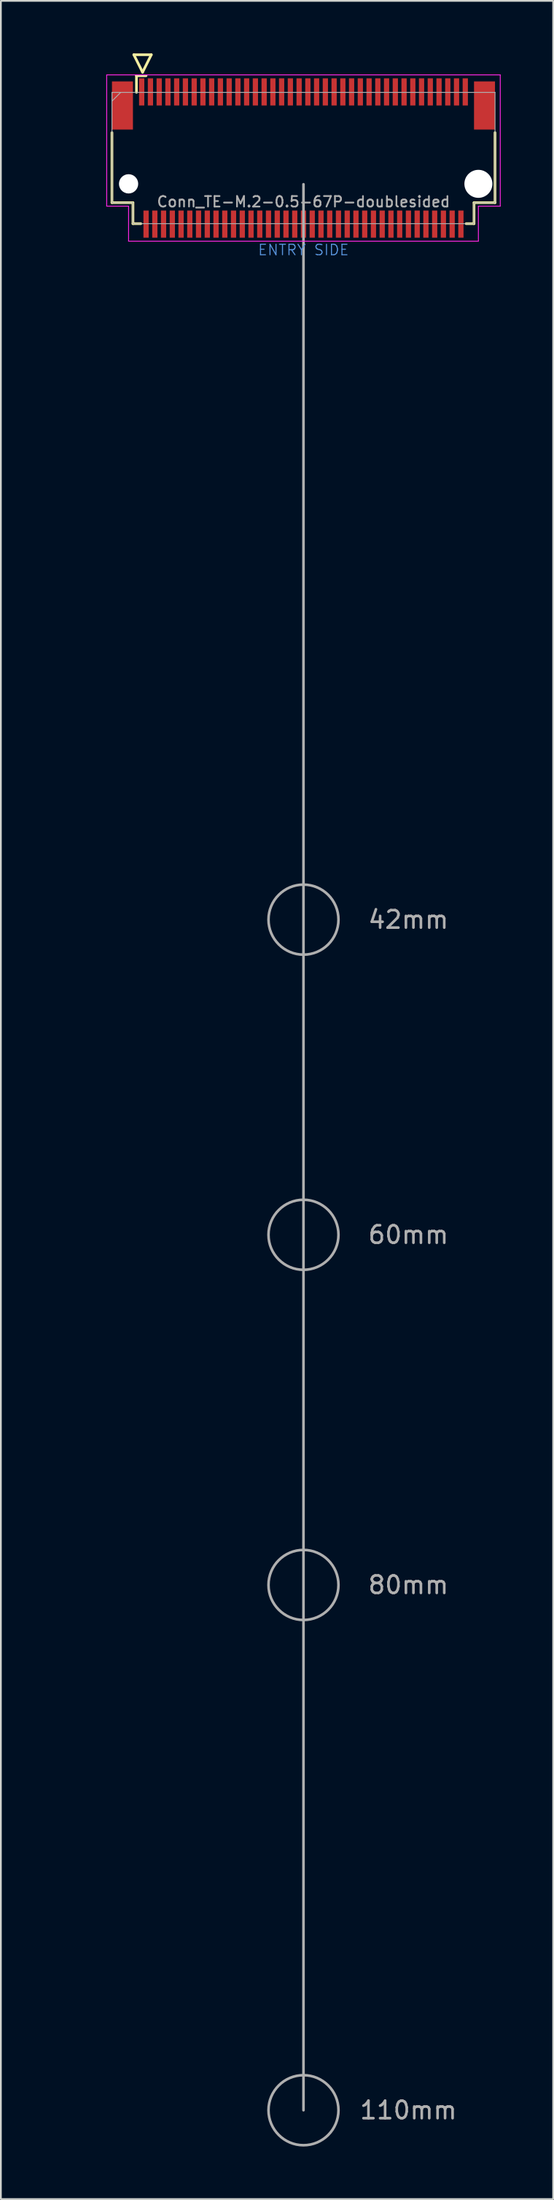
<source format=kicad_pcb>
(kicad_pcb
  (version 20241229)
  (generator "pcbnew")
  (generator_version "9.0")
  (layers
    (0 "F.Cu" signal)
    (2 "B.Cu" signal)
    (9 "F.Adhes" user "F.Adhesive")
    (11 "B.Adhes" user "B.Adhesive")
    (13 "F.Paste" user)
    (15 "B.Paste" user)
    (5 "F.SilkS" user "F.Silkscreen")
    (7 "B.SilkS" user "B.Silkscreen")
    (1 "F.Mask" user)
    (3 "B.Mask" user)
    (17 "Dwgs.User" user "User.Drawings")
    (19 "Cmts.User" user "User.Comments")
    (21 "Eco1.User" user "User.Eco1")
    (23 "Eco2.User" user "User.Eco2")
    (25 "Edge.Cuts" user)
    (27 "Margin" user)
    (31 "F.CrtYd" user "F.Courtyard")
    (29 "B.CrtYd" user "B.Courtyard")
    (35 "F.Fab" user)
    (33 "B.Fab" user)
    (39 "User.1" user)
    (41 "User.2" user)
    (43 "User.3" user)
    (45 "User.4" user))
  (footprint "Conn_TE-M.2-0.5-67P-doublesided"
    (layer "F.Cu")
    (at 14.301 7.475)
    (property "Reference" "Conn_TE-M.2-0.5-67P-doublesided" (at 0 1 0) (layer "F.Fab") (effects (font (size 0.6 0.6) (thickness 0.1))))
    (attr through_hole)
    (fp_line (start -10.95 1.05) (end -10.95 -2.95) (stroke (width 0.15) (type solid)) (layer "F.SilkS"))
    (fp_line (start -9.75 1.05) (end -10.95 1.05) (stroke (width 0.15) (type solid)) (layer "F.SilkS"))
    (fp_line (start -9.75 2.25) (end -9.75 1.05) (stroke (width 0.15) (type solid)) (layer "F.SilkS"))
    (fp_line (start -9.7 -7.4) (end -9.2 -6.4) (stroke (width 0.15) (type solid)) (layer "F.SilkS"))
    (fp_line (start -9.55 -6.2) (end -9 -6.2) (stroke (width 0.15) (type solid)) (layer "F.SilkS"))
    (fp_line (start -9.55 -5.25) (end -9.55 -6.2) (stroke (width 0.15) (type solid)) (layer "F.SilkS"))
    (fp_line (start -9.3 2.25) (end -9.75 2.25) (stroke (width 0.15) (type solid)) (layer "F.SilkS"))
    (fp_line (start -9.2 -6.4) (end -8.7 -7.4) (stroke (width 0.15) (type solid)) (layer "F.SilkS"))
    (fp_line (start -8.7 -7.4) (end -9.7 -7.4) (stroke (width 0.15) (type solid)) (layer "F.SilkS"))
    (fp_line (start 9.75 1.05) (end 9.75 2.25) (stroke (width 0.15) (type solid)) (layer "F.SilkS"))
    (fp_line (start 9.75 2.25) (end 9.3 2.25) (stroke (width 0.15) (type solid)) (layer "F.SilkS"))
    (fp_line (start 10.95 1.05) (end 9.75 1.05) (stroke (width 0.15) (type solid)) (layer "F.SilkS"))
    (fp_line (start 10.95 1.05) (end 10.95 -2.95) (stroke (width 0.15) (type solid)) (layer "F.SilkS"))
    (fp_line (start -11.25 -6.25) (end 11.25 -6.25) (stroke (width 0.05) (type solid)) (layer "F.CrtYd"))
    (fp_line (start -11.25 1.25) (end -11.25 -6.25) (stroke (width 0.05) (type solid)) (layer "F.CrtYd"))
    (fp_line (start -10 1.25) (end -11.25 1.25) (stroke (width 0.05) (type solid)) (layer "F.CrtYd"))
    (fp_line (start -10 3.25) (end -10 1.25) (stroke (width 0.05) (type solid)) (layer "F.CrtYd"))
    (fp_line (start 10 1.25) (end 10 3.25) (stroke (width 0.05) (type solid)) (layer "F.CrtYd"))
    (fp_line (start 10 3.25) (end -10 3.25) (stroke (width 0.05) (type solid)) (layer "F.CrtYd"))
    (fp_line (start 11.25 -6.25) (end 11.25 1.25) (stroke (width 0.05) (type solid)) (layer "F.CrtYd"))
    (fp_line (start 11.25 1.25) (end 10 1.25) (stroke (width 0.05) (type solid)) (layer "F.CrtYd"))
    (fp_line (start -10.95 -5.25) (end -10.95 1.05) (stroke (width 0.05) (type solid)) (layer "F.Fab"))
    (fp_line (start -10.95 -5.25) (end 10.95 -5.25) (stroke (width 0.05) (type solid)) (layer "F.Fab"))
    (fp_line (start -10.95 -4.75) (end -10.45 -5.25) (stroke (width 0.05) (type solid)) (layer "F.Fab"))
    (fp_line (start -10.95 1.05) (end -9.75 1.05) (stroke (width 0.05) (type solid)) (layer "F.Fab"))
    (fp_line (start -9.75 1.05) (end -9.75 2.25) (stroke (width 0.05) (type solid)) (layer "F.Fab"))
    (fp_line (start -9.75 2.25) (end 9.75 2.25) (stroke (width 0.05) (type solid)) (layer "F.Fab"))
    (fp_line (start 0 110) (end 0 0) (stroke (width 0.15) (type solid)) (layer "F.Fab"))
    (fp_line (start 9.75 1.05) (end 9.75 2.25) (stroke (width 0.05) (type solid)) (layer "F.Fab"))
    (fp_line (start 10.95 1.05) (end 9.75 1.05) (stroke (width 0.05) (type solid)) (layer "F.Fab"))
    (fp_line (start 10.95 1.05) (end 10.95 -5.25) (stroke (width 0.05) (type solid)) (layer "F.Fab"))
    (fp_circle (center 0 42) (end 2 42) (stroke (width 0.15) (type solid)) (fill no) (layer "F.Fab"))
    (fp_circle (center 0 60) (end 2 60) (stroke (width 0.15) (type solid)) (fill no) (layer "F.Fab"))
    (fp_circle (center 0 80) (end 2 80) (stroke (width 0.15) (type solid)) (fill no) (layer "F.Fab"))
    (fp_circle (center 0 110) (end 2 110) (stroke (width 0.15) (type solid)) (fill no) (layer "F.Fab"))
    (fp_text user "ENTRY SIDE" (at 0 3.75 0) (layer "Cmts.User") (effects (font (size 0.6 0.6) (thickness 0.06))))
    (fp_text user "${REFERENCE}" (at -10.1 -4.8 0) (layer "Eco1.User") (effects (font (size 0.3 0.3) (thickness 0.03))))
    (fp_text user "80mm" (at 6 80 0) (layer "F.Fab") (effects (font (size 1 1) (thickness 0.15))))
    (fp_text user "110mm" (at 6 110 0) (layer "F.Fab") (effects (font (size 1 1) (thickness 0.15))))
    (fp_text user "60mm" (at 6 60 0) (layer "F.Fab") (effects (font (size 1 1) (thickness 0.15))))
    (fp_text user "42mm" (at 6 42 0) (layer "F.Fab") (effects (font (size 1 1) (thickness 0.15))))
    (pad "" smd rect (at -10.35 -4.5) (size 1.2 2.75) (layers "F.Cu" "F.Mask" "F.Paste"))
    (pad "" np_thru_hole circle (at -10 -0.025) (size 1.1 1.1) (drill 1.1) (layers "*.Cu"))
    (pad "" np_thru_hole circle (at 10 -0.025) (size 1.6 1.6) (drill 1.6) (layers "*.Cu"))
    (pad "" smd rect (at 10.35 -4.5) (size 1.2 2.75) (layers "F.Cu" "F.Mask" "F.Paste"))
    (pad "1" smd rect (at -9.25 -5.275) (size 0.3 1.55) (layers "F.Cu" "F.Mask" "F.Paste"))
    (pad "2" smd rect (at -9 2.275) (size 0.3 1.55) (layers "F.Cu" "F.Mask" "F.Paste"))
    (pad "3" smd rect (at -8.75 -5.275) (size 0.3 1.55) (layers "F.Cu" "F.Mask" "F.Paste"))
    (pad "4" smd rect (at -8.5 2.275) (size 0.3 1.55) (layers "F.Cu" "F.Mask" "F.Paste"))
    (pad "5" smd rect (at -8.25 -5.275) (size 0.3 1.55) (layers "F.Cu" "F.Mask" "F.Paste"))
    (pad "6" smd rect (at -8 2.275) (size 0.3 1.55) (layers "F.Cu" "F.Mask" "F.Paste"))
    (pad "7" smd rect (at -7.75 -5.275) (size 0.3 1.55) (layers "F.Cu" "F.Mask" "F.Paste"))
    (pad "8" smd rect (at -7.5 2.275) (size 0.3 1.55) (layers "F.Cu" "F.Mask" "F.Paste"))
    (pad "9" smd rect (at -7.25 -5.275) (size 0.3 1.55) (layers "F.Cu" "F.Mask" "F.Paste"))
    (pad "10" smd rect (at -7 2.275) (size 0.3 1.55) (layers "F.Cu" "F.Mask" "F.Paste"))
    (pad "11" smd rect (at -6.75 -5.275) (size 0.3 1.55) (layers "F.Cu" "F.Mask" "F.Paste"))
    (pad "12" smd rect (at -6.5 2.275) (size 0.3 1.55) (layers "F.Cu" "F.Mask" "F.Paste"))
    (pad "13" smd rect (at -6.25 -5.275) (size 0.3 1.55) (layers "F.Cu" "F.Mask" "F.Paste"))
    (pad "14" smd rect (at -6 2.275) (size 0.3 1.55) (layers "F.Cu" "F.Mask" "F.Paste"))
    (pad "15" smd rect (at -5.75 -5.275) (size 0.3 1.55) (layers "F.Cu" "F.Mask" "F.Paste"))
    (pad "16" smd rect (at -5.5 2.275) (size 0.3 1.55) (layers "F.Cu" "F.Mask" "F.Paste"))
    (pad "17" smd rect (at -5.25 -5.275) (size 0.3 1.55) (layers "F.Cu" "F.Mask" "F.Paste"))
    (pad "18" smd rect (at -5 2.275) (size 0.3 1.55) (layers "F.Cu" "F.Mask" "F.Paste"))
    (pad "19" smd rect (at -4.75 -5.275) (size 0.3 1.55) (layers "F.Cu" "F.Mask" "F.Paste"))
    (pad "20" smd rect (at -4.5 2.275) (size 0.3 1.55) (layers "F.Cu" "F.Mask" "F.Paste"))
    (pad "21" smd rect (at -4.25 -5.275) (size 0.3 1.55) (layers "F.Cu" "F.Mask" "F.Paste"))
    (pad "22" smd rect (at -4 2.275) (size 0.3 1.55) (layers "F.Cu" "F.Mask" "F.Paste"))
    (pad "23" smd rect (at -3.75 -5.275) (size 0.3 1.55) (layers "F.Cu" "F.Mask" "F.Paste"))
    (pad "24" smd rect (at -3.5 2.275) (size 0.3 1.55) (layers "F.Cu" "F.Mask" "F.Paste"))
    (pad "25" smd rect (at -3.25 -5.275) (size 0.3 1.55) (layers "F.Cu" "F.Mask" "F.Paste"))
    (pad "26" smd rect (at -3 2.275) (size 0.3 1.55) (layers "F.Cu" "F.Mask" "F.Paste"))
    (pad "27" smd rect (at -2.75 -5.275) (size 0.3 1.55) (layers "F.Cu" "F.Mask" "F.Paste"))
    (pad "28" smd rect (at -2.5 2.275) (size 0.3 1.55) (layers "F.Cu" "F.Mask" "F.Paste"))
    (pad "29" smd rect (at -2.25 -5.275) (size 0.3 1.55) (layers "F.Cu" "F.Mask" "F.Paste"))
    (pad "30" smd rect (at -2 2.275) (size 0.3 1.55) (layers "F.Cu" "F.Mask" "F.Paste"))
    (pad "31" smd rect (at -1.75 -5.275) (size 0.3 1.55) (layers "F.Cu" "F.Mask" "F.Paste"))
    (pad "32" smd rect (at -1.5 2.275) (size 0.3 1.55) (layers "F.Cu" "F.Mask" "F.Paste"))
    (pad "33" smd rect (at -1.25 -5.275) (size 0.3 1.55) (layers "F.Cu" "F.Mask" "F.Paste"))
    (pad "34" smd rect (at -1 2.275) (size 0.3 1.55) (layers "F.Cu" "F.Mask" "F.Paste"))
    (pad "35" smd rect (at -0.75 -5.275) (size 0.3 1.55) (layers "F.Cu" "F.Mask" "F.Paste"))
    (pad "36" smd rect (at -0.5 2.275) (size 0.3 1.55) (layers "F.Cu" "F.Mask" "F.Paste"))
    (pad "37" smd rect (at -0.25 -5.275) (size 0.3 1.55) (layers "F.Cu" "F.Mask" "F.Paste"))
    (pad "38" smd rect (at 0 2.275) (size 0.3 1.55) (layers "F.Cu" "F.Mask" "F.Paste"))
    (pad "39" smd rect (at 0.25 -5.275) (size 0.3 1.55) (layers "F.Cu" "F.Mask" "F.Paste"))
    (pad "40" smd rect (at 0.5 2.275) (size 0.3 1.55) (layers "F.Cu" "F.Mask" "F.Paste"))
    (pad "41" smd rect (at 0.75 -5.275) (size 0.3 1.55) (layers "F.Cu" "F.Mask" "F.Paste"))
    (pad "42" smd rect (at 1 2.275) (size 0.3 1.55) (layers "F.Cu" "F.Mask" "F.Paste"))
    (pad "43" smd rect (at 1.25 -5.275) (size 0.3 1.55) (layers "F.Cu" "F.Mask" "F.Paste"))
    (pad "44" smd rect (at 1.5 2.275) (size 0.3 1.55) (layers "F.Cu" "F.Mask" "F.Paste"))
    (pad "45" smd rect (at 1.75 -5.275) (size 0.3 1.55) (layers "F.Cu" "F.Mask" "F.Paste"))
    (pad "46" smd rect (at 2 2.275) (size 0.3 1.55) (layers "F.Cu" "F.Mask" "F.Paste"))
    (pad "47" smd rect (at 2.25 -5.275) (size 0.3 1.55) (layers "F.Cu" "F.Mask" "F.Paste"))
    (pad "48" smd rect (at 2.5 2.275) (size 0.3 1.55) (layers "F.Cu" "F.Mask" "F.Paste"))
    (pad "49" smd rect (at 2.75 -5.275) (size 0.3 1.55) (layers "F.Cu" "F.Mask" "F.Paste"))
    (pad "50" smd rect (at 3 2.275) (size 0.3 1.55) (layers "F.Cu" "F.Mask" "F.Paste"))
    (pad "51" smd rect (at 3.25 -5.275) (size 0.3 1.55) (layers "F.Cu" "F.Mask" "F.Paste"))
    (pad "52" smd rect (at 3.5 2.275) (size 0.3 1.55) (layers "F.Cu" "F.Mask" "F.Paste"))
    (pad "53" smd rect (at 3.75 -5.275) (size 0.3 1.55) (layers "F.Cu" "F.Mask" "F.Paste"))
    (pad "54" smd rect (at 4 2.275) (size 0.3 1.55) (layers "F.Cu" "F.Mask" "F.Paste"))
    (pad "55" smd rect (at 4.25 -5.275) (size 0.3 1.55) (layers "F.Cu" "F.Mask" "F.Paste"))
    (pad "56" smd rect (at 4.5 2.275) (size 0.3 1.55) (layers "F.Cu" "F.Mask" "F.Paste"))
    (pad "57" smd rect (at 4.75 -5.275) (size 0.3 1.55) (layers "F.Cu" "F.Mask" "F.Paste"))
    (pad "58" smd rect (at 5 2.275) (size 0.3 1.55) (layers "F.Cu" "F.Mask" "F.Paste"))
    (pad "59" smd rect (at 5.25 -5.275) (size 0.3 1.55) (layers "F.Cu" "F.Mask" "F.Paste"))
    (pad "60" smd rect (at 5.5 2.275) (size 0.3 1.55) (layers "F.Cu" "F.Mask" "F.Paste"))
    (pad "61" smd rect (at 5.75 -5.275) (size 0.3 1.55) (layers "F.Cu" "F.Mask" "F.Paste"))
    (pad "62" smd rect (at 6 2.275) (size 0.3 1.55) (layers "F.Cu" "F.Mask" "F.Paste"))
    (pad "63" smd rect (at 6.25 -5.275) (size 0.3 1.55) (layers "F.Cu" "F.Mask" "F.Paste"))
    (pad "64" smd rect (at 6.5 2.275) (size 0.3 1.55) (layers "F.Cu" "F.Mask" "F.Paste"))
    (pad "65" smd rect (at 6.75 -5.275) (size 0.3 1.55) (layers "F.Cu" "F.Mask" "F.Paste"))
    (pad "66" smd rect (at 7 2.275) (size 0.3 1.55) (layers "F.Cu" "F.Mask" "F.Paste"))
    (pad "67" smd rect (at 7.25 -5.275) (size 0.3 1.55) (layers "F.Cu" "F.Mask" "F.Paste"))
    (pad "68" smd rect (at 7.5 2.275) (size 0.3 1.55) (layers "F.Cu" "F.Mask" "F.Paste"))
    (pad "69" smd rect (at 7.75 -5.275) (size 0.3 1.55) (layers "F.Cu" "F.Mask" "F.Paste"))
    (pad "70" smd rect (at 8 2.275) (size 0.3 1.55) (layers "F.Cu" "F.Mask" "F.Paste"))
    (pad "71" smd rect (at 8.25 -5.275) (size 0.3 1.55) (layers "F.Cu" "F.Mask" "F.Paste"))
    (pad "72" smd rect (at 8.5 2.275) (size 0.3 1.55) (layers "F.Cu" "F.Mask" "F.Paste"))
    (pad "73" smd rect (at 8.75 -5.275) (size 0.3 1.55) (layers "F.Cu" "F.Mask" "F.Paste"))
    (pad "74" smd rect (at 9 2.275) (size 0.3 1.55) (layers "F.Cu" "F.Mask" "F.Paste"))
    (pad "75" smd rect (at 9.25 -5.275) (size 0.3 1.55) (layers "F.Cu" "F.Mask" "F.Paste")))
  (gr_rect
    (start -3 -3)
    (end 28.576 122.55)
    (stroke (width 0.1) (type default))
    (fill no)
    (layer "Edge.Cuts")))
</source>
